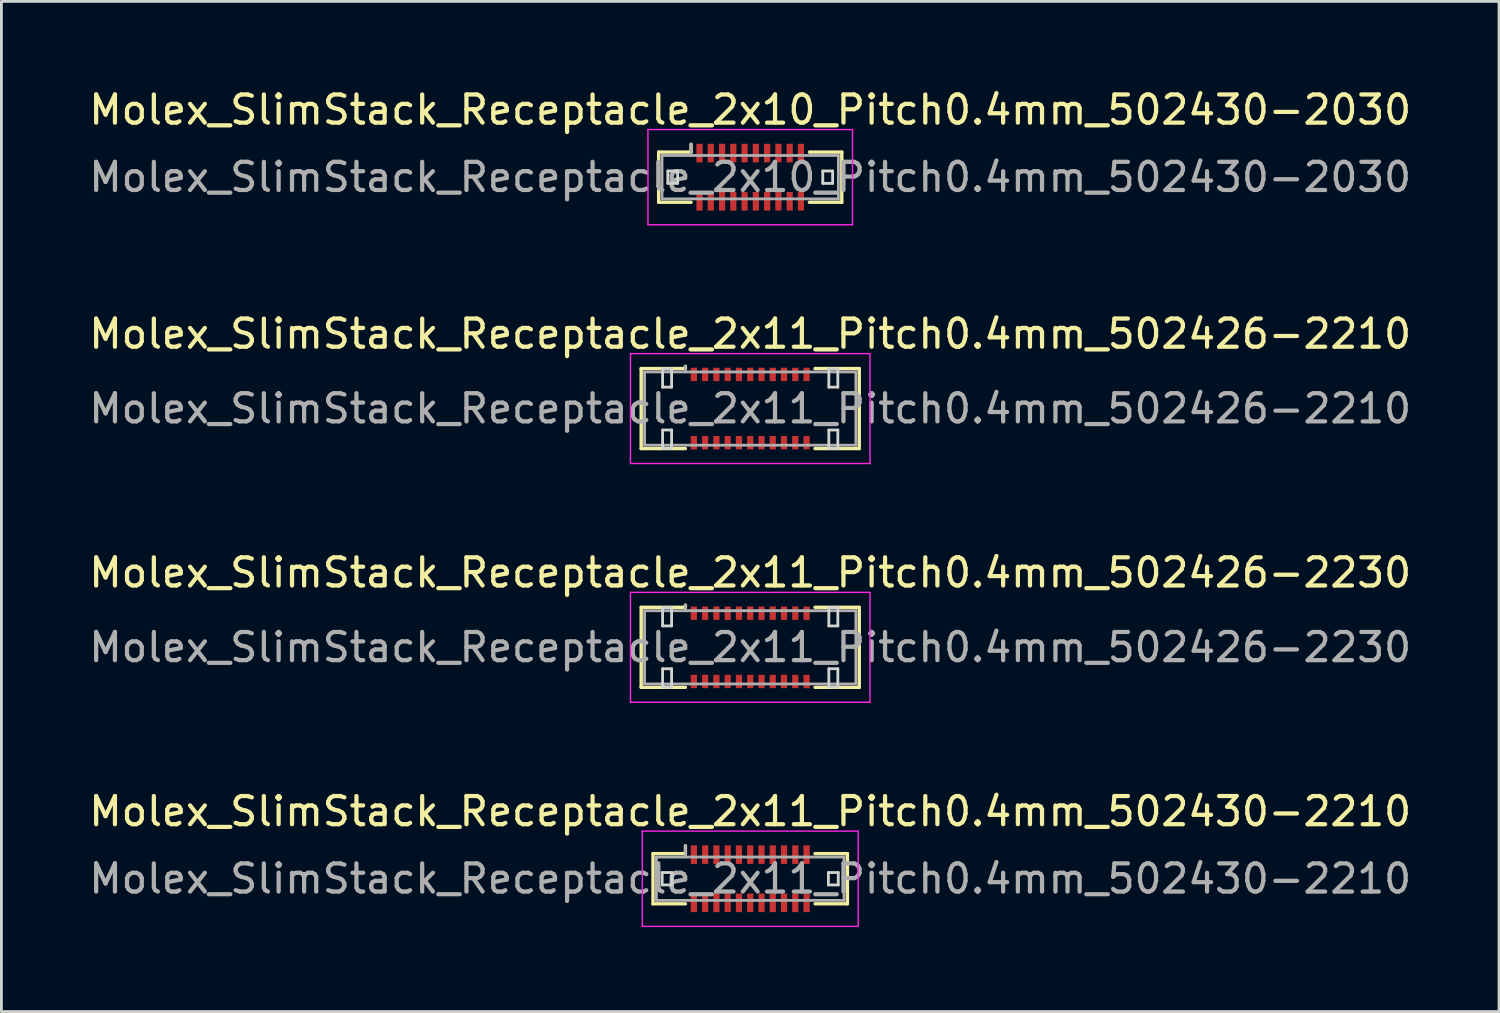
<source format=kicad_pcb>
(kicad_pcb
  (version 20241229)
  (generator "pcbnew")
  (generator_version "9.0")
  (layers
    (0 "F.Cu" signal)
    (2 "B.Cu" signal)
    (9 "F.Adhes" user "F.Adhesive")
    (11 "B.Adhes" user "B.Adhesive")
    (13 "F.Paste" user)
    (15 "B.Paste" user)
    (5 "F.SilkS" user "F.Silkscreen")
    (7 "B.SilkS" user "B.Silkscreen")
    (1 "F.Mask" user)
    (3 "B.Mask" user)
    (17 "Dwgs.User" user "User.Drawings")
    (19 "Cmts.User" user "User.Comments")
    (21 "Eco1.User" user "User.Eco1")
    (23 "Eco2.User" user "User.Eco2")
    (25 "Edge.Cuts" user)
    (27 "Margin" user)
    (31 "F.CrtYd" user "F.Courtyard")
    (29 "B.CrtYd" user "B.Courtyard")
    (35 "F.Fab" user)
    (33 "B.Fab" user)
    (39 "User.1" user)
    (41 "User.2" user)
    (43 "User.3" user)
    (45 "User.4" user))
  (footprint "Molex_SlimStack_Receptacle_2x11_Pitch0.4mm_502426-2230"
    (layer "F.Cu")
    (at 23.577 19.925)
    (property "Reference" "Molex_SlimStack_Receptacle_2x11_Pitch0.4mm_502426-2230" (at 0 -2.65 0) (layer "F.SilkS") (effects (font (size 1 1) (thickness 0.15))))
    (attr smd)
    (fp_line (start -3.87 -1.42) (end -2.3 -1.42) (stroke (width 0.12) (type solid)) (layer "F.SilkS"))
    (fp_line (start -3.87 1.42) (end -3.87 -1.42) (stroke (width 0.12) (type solid)) (layer "F.SilkS"))
    (fp_line (start -2.3 -1.42) (end -2.3 -1.5) (stroke (width 0.12) (type solid)) (layer "F.SilkS"))
    (fp_line (start -2.3 1.42) (end -3.87 1.42) (stroke (width 0.12) (type solid)) (layer "F.SilkS"))
    (fp_line (start 2.3 1.42) (end 3.87 1.42) (stroke (width 0.12) (type solid)) (layer "F.SilkS"))
    (fp_line (start 3.87 -1.42) (end 2.3 -1.42) (stroke (width 0.12) (type solid)) (layer "F.SilkS"))
    (fp_line (start 3.87 1.42) (end 3.87 -1.42) (stroke (width 0.12) (type solid)) (layer "F.SilkS"))
    (fp_line (start -3.11 -1.41) (end -3.11 -0.76) (stroke (width 0.1) (type solid)) (layer "Edge.Cuts"))
    (fp_line (start -3.11 -0.76) (end -2.79 -0.76) (stroke (width 0.1) (type solid)) (layer "Edge.Cuts"))
    (fp_line (start -3.11 0.76) (end -3.11 1.41) (stroke (width 0.1) (type solid)) (layer "Edge.Cuts"))
    (fp_line (start -3.11 1.41) (end -2.79 1.41) (stroke (width 0.1) (type solid)) (layer "Edge.Cuts"))
    (fp_line (start -2.79 -1.41) (end -3.11 -1.41) (stroke (width 0.1) (type solid)) (layer "Edge.Cuts"))
    (fp_line (start -2.79 -0.76) (end -2.79 -1.41) (stroke (width 0.1) (type solid)) (layer "Edge.Cuts"))
    (fp_line (start -2.79 0.76) (end -3.11 0.76) (stroke (width 0.1) (type solid)) (layer "Edge.Cuts"))
    (fp_line (start -2.79 1.41) (end -2.79 0.76) (stroke (width 0.1) (type solid)) (layer "Edge.Cuts"))
    (fp_line (start 2.79 -1.41) (end 2.79 -0.76) (stroke (width 0.1) (type solid)) (layer "Edge.Cuts"))
    (fp_line (start 2.79 -0.76) (end 3.11 -0.76) (stroke (width 0.1) (type solid)) (layer "Edge.Cuts"))
    (fp_line (start 2.79 0.76) (end 2.79 1.41) (stroke (width 0.1) (type solid)) (layer "Edge.Cuts"))
    (fp_line (start 2.79 1.41) (end 3.11 1.41) (stroke (width 0.1) (type solid)) (layer "Edge.Cuts"))
    (fp_line (start 3.11 -1.41) (end 2.79 -1.41) (stroke (width 0.1) (type solid)) (layer "Edge.Cuts"))
    (fp_line (start 3.11 -0.76) (end 3.11 -1.41) (stroke (width 0.1) (type solid)) (layer "Edge.Cuts"))
    (fp_line (start 3.11 0.76) (end 2.79 0.76) (stroke (width 0.1) (type solid)) (layer "Edge.Cuts"))
    (fp_line (start 3.11 1.41) (end 3.11 0.76) (stroke (width 0.1) (type solid)) (layer "Edge.Cuts"))
    (fp_line (start -4.25 -1.95) (end -4.25 1.95) (stroke (width 0.05) (type solid)) (layer "F.CrtYd"))
    (fp_line (start -4.25 1.95) (end 4.25 1.95) (stroke (width 0.05) (type solid)) (layer "F.CrtYd"))
    (fp_line (start 4.25 -1.95) (end -4.25 -1.95) (stroke (width 0.05) (type solid)) (layer "F.CrtYd"))
    (fp_line (start 4.25 1.95) (end 4.25 -1.95) (stroke (width 0.05) (type solid)) (layer "F.CrtYd"))
    (fp_line (start -3.75 -1.3) (end -3.75 1.3) (stroke (width 0.1) (type solid)) (layer "F.Fab"))
    (fp_line (start -3.75 1.3) (end 3.75 1.3) (stroke (width 0.1) (type solid)) (layer "F.Fab"))
    (fp_line (start -2.3 -1.3) (end -2.3 -1.5) (stroke (width 0.1) (type solid)) (layer "F.Fab"))
    (fp_line (start 3.75 -1.3) (end -3.75 -1.3) (stroke (width 0.1) (type solid)) (layer "F.Fab"))
    (fp_line (start 3.75 1.3) (end 3.75 -1.3) (stroke (width 0.1) (type solid)) (layer "F.Fab"))
    (fp_text user "${REFERENCE}" (at 0 0 0) (layer "F.Fab") (effects (font (size 1 1) (thickness 0.15))))
    (pad "1" smd rect (at -2 -1.212) (size 0.22 0.475) (layers "F.Cu" "F.Mask" "F.Paste"))
    (pad "2" smd rect (at -2 1.212) (size 0.22 0.475) (layers "F.Cu" "F.Mask" "F.Paste"))
    (pad "3" smd rect (at -1.6 -1.212) (size 0.22 0.475) (layers "F.Cu" "F.Mask" "F.Paste"))
    (pad "4" smd rect (at -1.6 1.212) (size 0.22 0.475) (layers "F.Cu" "F.Mask" "F.Paste"))
    (pad "5" smd rect (at -1.2 -1.212) (size 0.22 0.475) (layers "F.Cu" "F.Mask" "F.Paste"))
    (pad "6" smd rect (at -1.2 1.212) (size 0.22 0.475) (layers "F.Cu" "F.Mask" "F.Paste"))
    (pad "7" smd rect (at -0.8 -1.212) (size 0.22 0.475) (layers "F.Cu" "F.Mask" "F.Paste"))
    (pad "8" smd rect (at -0.8 1.212) (size 0.22 0.475) (layers "F.Cu" "F.Mask" "F.Paste"))
    (pad "9" smd rect (at -0.4 -1.212) (size 0.22 0.475) (layers "F.Cu" "F.Mask" "F.Paste"))
    (pad "10" smd rect (at -0.4 1.212) (size 0.22 0.475) (layers "F.Cu" "F.Mask" "F.Paste"))
    (pad "11" smd rect (at 0 -1.212) (size 0.22 0.475) (layers "F.Cu" "F.Mask" "F.Paste"))
    (pad "12" smd rect (at 0 1.212) (size 0.22 0.475) (layers "F.Cu" "F.Mask" "F.Paste"))
    (pad "13" smd rect (at 0.4 -1.212) (size 0.22 0.475) (layers "F.Cu" "F.Mask" "F.Paste"))
    (pad "14" smd rect (at 0.4 1.212) (size 0.22 0.475) (layers "F.Cu" "F.Mask" "F.Paste"))
    (pad "15" smd rect (at 0.8 -1.212) (size 0.22 0.475) (layers "F.Cu" "F.Mask" "F.Paste"))
    (pad "16" smd rect (at 0.8 1.212) (size 0.22 0.475) (layers "F.Cu" "F.Mask" "F.Paste"))
    (pad "17" smd rect (at 1.2 -1.212) (size 0.22 0.475) (layers "F.Cu" "F.Mask" "F.Paste"))
    (pad "18" smd rect (at 1.2 1.212) (size 0.22 0.475) (layers "F.Cu" "F.Mask" "F.Paste"))
    (pad "19" smd rect (at 1.6 -1.212) (size 0.22 0.475) (layers "F.Cu" "F.Mask" "F.Paste"))
    (pad "20" smd rect (at 1.6 1.212) (size 0.22 0.475) (layers "F.Cu" "F.Mask" "F.Paste"))
    (pad "21" smd rect (at 2 -1.212) (size 0.22 0.475) (layers "F.Cu" "F.Mask" "F.Paste"))
    (pad "22" smd rect (at 2 1.212) (size 0.22 0.475) (layers "F.Cu" "F.Mask" "F.Paste")))
  (footprint "Molex_SlimStack_Receptacle_2x11_Pitch0.4mm_502430-2210"
    (layer "F.Cu")
    (at 23.577 28.138)
    (property "Reference" "Molex_SlimStack_Receptacle_2x11_Pitch0.4mm_502430-2210" (at 0 -2.39 0) (layer "F.SilkS") (effects (font (size 1 1) (thickness 0.15))))
    (attr smd)
    (fp_line (start -3.45 -0.89) (end -2.3 -0.89) (stroke (width 0.12) (type solid)) (layer "F.SilkS"))
    (fp_line (start -3.45 0.89) (end -3.45 -0.89) (stroke (width 0.12) (type solid)) (layer "F.SilkS"))
    (fp_line (start -2.3 -0.89) (end -2.3 -1.17) (stroke (width 0.12) (type solid)) (layer "F.SilkS"))
    (fp_line (start -2.3 0.89) (end -3.45 0.89) (stroke (width 0.12) (type solid)) (layer "F.SilkS"))
    (fp_line (start 2.3 0.89) (end 3.45 0.89) (stroke (width 0.12) (type solid)) (layer "F.SilkS"))
    (fp_line (start 3.45 -0.89) (end 2.3 -0.89) (stroke (width 0.12) (type solid)) (layer "F.SilkS"))
    (fp_line (start 3.45 0.89) (end 3.45 -0.89) (stroke (width 0.12) (type solid)) (layer "F.SilkS"))
    (fp_line (start -3.125 -0.22) (end -3.125 0.22) (stroke (width 0.1) (type solid)) (layer "Edge.Cuts"))
    (fp_line (start -3.125 0.22) (end -2.775 0.22) (stroke (width 0.1) (type solid)) (layer "Edge.Cuts"))
    (fp_line (start -2.775 -0.22) (end -3.125 -0.22) (stroke (width 0.1) (type solid)) (layer "Edge.Cuts"))
    (fp_line (start -2.775 0.22) (end -2.775 -0.22) (stroke (width 0.1) (type solid)) (layer "Edge.Cuts"))
    (fp_line (start 2.775 -0.22) (end 2.775 0.22) (stroke (width 0.1) (type solid)) (layer "Edge.Cuts"))
    (fp_line (start 2.775 0.22) (end 3.125 0.22) (stroke (width 0.1) (type solid)) (layer "Edge.Cuts"))
    (fp_line (start 3.125 -0.22) (end 2.775 -0.22) (stroke (width 0.1) (type solid)) (layer "Edge.Cuts"))
    (fp_line (start 3.125 0.22) (end 3.125 -0.22) (stroke (width 0.1) (type solid)) (layer "Edge.Cuts"))
    (fp_line (start -3.83 -1.69) (end -3.83 1.69) (stroke (width 0.05) (type solid)) (layer "F.CrtYd"))
    (fp_line (start -3.83 1.69) (end 3.83 1.69) (stroke (width 0.05) (type solid)) (layer "F.CrtYd"))
    (fp_line (start 3.83 -1.69) (end -3.83 -1.69) (stroke (width 0.05) (type solid)) (layer "F.CrtYd"))
    (fp_line (start 3.83 1.69) (end 3.83 -1.69) (stroke (width 0.05) (type solid)) (layer "F.CrtYd"))
    (fp_line (start -3.33 -0.77) (end -3.33 0.77) (stroke (width 0.1) (type solid)) (layer "F.Fab"))
    (fp_line (start -3.33 0.77) (end 3.33 0.77) (stroke (width 0.1) (type solid)) (layer "F.Fab"))
    (fp_line (start -2.3 -0.77) (end -2.3 -1.17) (stroke (width 0.1) (type solid)) (layer "F.Fab"))
    (fp_line (start 3.33 -0.77) (end -3.33 -0.77) (stroke (width 0.1) (type solid)) (layer "F.Fab"))
    (fp_line (start 3.33 0.77) (end 3.33 -0.77) (stroke (width 0.1) (type solid)) (layer "F.Fab"))
    (fp_text user "${REFERENCE}" (at 0 0 0) (layer "F.Fab") (effects (font (size 1 1) (thickness 0.15))))
    (pad "1" smd rect (at -2 -0.855) (size 0.22 0.66) (layers "F.Cu" "F.Mask" "F.Paste"))
    (pad "2" smd rect (at -2 0.855) (size 0.22 0.66) (layers "F.Cu" "F.Mask" "F.Paste"))
    (pad "3" smd rect (at -1.6 -0.855) (size 0.22 0.66) (layers "F.Cu" "F.Mask" "F.Paste"))
    (pad "4" smd rect (at -1.6 0.855) (size 0.22 0.66) (layers "F.Cu" "F.Mask" "F.Paste"))
    (pad "5" smd rect (at -1.2 -0.855) (size 0.22 0.66) (layers "F.Cu" "F.Mask" "F.Paste"))
    (pad "6" smd rect (at -1.2 0.855) (size 0.22 0.66) (layers "F.Cu" "F.Mask" "F.Paste"))
    (pad "7" smd rect (at -0.8 -0.855) (size 0.22 0.66) (layers "F.Cu" "F.Mask" "F.Paste"))
    (pad "8" smd rect (at -0.8 0.855) (size 0.22 0.66) (layers "F.Cu" "F.Mask" "F.Paste"))
    (pad "9" smd rect (at -0.4 -0.855) (size 0.22 0.66) (layers "F.Cu" "F.Mask" "F.Paste"))
    (pad "10" smd rect (at -0.4 0.855) (size 0.22 0.66) (layers "F.Cu" "F.Mask" "F.Paste"))
    (pad "11" smd rect (at 0 -0.855) (size 0.22 0.66) (layers "F.Cu" "F.Mask" "F.Paste"))
    (pad "12" smd rect (at 0 0.855) (size 0.22 0.66) (layers "F.Cu" "F.Mask" "F.Paste"))
    (pad "13" smd rect (at 0.4 -0.855) (size 0.22 0.66) (layers "F.Cu" "F.Mask" "F.Paste"))
    (pad "14" smd rect (at 0.4 0.855) (size 0.22 0.66) (layers "F.Cu" "F.Mask" "F.Paste"))
    (pad "15" smd rect (at 0.8 -0.855) (size 0.22 0.66) (layers "F.Cu" "F.Mask" "F.Paste"))
    (pad "16" smd rect (at 0.8 0.855) (size 0.22 0.66) (layers "F.Cu" "F.Mask" "F.Paste"))
    (pad "17" smd rect (at 1.2 -0.855) (size 0.22 0.66) (layers "F.Cu" "F.Mask" "F.Paste"))
    (pad "18" smd rect (at 1.2 0.855) (size 0.22 0.66) (layers "F.Cu" "F.Mask" "F.Paste"))
    (pad "19" smd rect (at 1.6 -0.855) (size 0.22 0.66) (layers "F.Cu" "F.Mask" "F.Paste"))
    (pad "20" smd rect (at 1.6 0.855) (size 0.22 0.66) (layers "F.Cu" "F.Mask" "F.Paste"))
    (pad "21" smd rect (at 2 -0.855) (size 0.22 0.66) (layers "F.Cu" "F.Mask" "F.Paste"))
    (pad "22" smd rect (at 2 0.855) (size 0.22 0.66) (layers "F.Cu" "F.Mask" "F.Paste")))
  (footprint "Molex_SlimStack_Receptacle_2x11_Pitch0.4mm_502426-2210"
    (layer "F.Cu")
    (at 23.577 11.451)
    (property "Reference" "Molex_SlimStack_Receptacle_2x11_Pitch0.4mm_502426-2210" (at 0 -2.65 0) (layer "F.SilkS") (effects (font (size 1 1) (thickness 0.15))))
    (attr smd)
    (fp_line (start -3.87 -1.42) (end -2.3 -1.42) (stroke (width 0.12) (type solid)) (layer "F.SilkS"))
    (fp_line (start -3.87 1.42) (end -3.87 -1.42) (stroke (width 0.12) (type solid)) (layer "F.SilkS"))
    (fp_line (start -2.3 -1.42) (end -2.3 -1.5) (stroke (width 0.12) (type solid)) (layer "F.SilkS"))
    (fp_line (start -2.3 1.42) (end -3.87 1.42) (stroke (width 0.12) (type solid)) (layer "F.SilkS"))
    (fp_line (start 2.3 1.42) (end 3.87 1.42) (stroke (width 0.12) (type solid)) (layer "F.SilkS"))
    (fp_line (start 3.87 -1.42) (end 2.3 -1.42) (stroke (width 0.12) (type solid)) (layer "F.SilkS"))
    (fp_line (start 3.87 1.42) (end 3.87 -1.42) (stroke (width 0.12) (type solid)) (layer "F.SilkS"))
    (fp_line (start -3.11 -1.41) (end -3.11 -0.76) (stroke (width 0.1) (type solid)) (layer "Edge.Cuts"))
    (fp_line (start -3.11 -0.76) (end -2.79 -0.76) (stroke (width 0.1) (type solid)) (layer "Edge.Cuts"))
    (fp_line (start -3.11 0.76) (end -3.11 1.41) (stroke (width 0.1) (type solid)) (layer "Edge.Cuts"))
    (fp_line (start -3.11 1.41) (end -2.79 1.41) (stroke (width 0.1) (type solid)) (layer "Edge.Cuts"))
    (fp_line (start -2.79 -1.41) (end -3.11 -1.41) (stroke (width 0.1) (type solid)) (layer "Edge.Cuts"))
    (fp_line (start -2.79 -0.76) (end -2.79 -1.41) (stroke (width 0.1) (type solid)) (layer "Edge.Cuts"))
    (fp_line (start -2.79 0.76) (end -3.11 0.76) (stroke (width 0.1) (type solid)) (layer "Edge.Cuts"))
    (fp_line (start -2.79 1.41) (end -2.79 0.76) (stroke (width 0.1) (type solid)) (layer "Edge.Cuts"))
    (fp_line (start 2.79 -1.41) (end 2.79 -0.76) (stroke (width 0.1) (type solid)) (layer "Edge.Cuts"))
    (fp_line (start 2.79 -0.76) (end 3.11 -0.76) (stroke (width 0.1) (type solid)) (layer "Edge.Cuts"))
    (fp_line (start 2.79 0.76) (end 2.79 1.41) (stroke (width 0.1) (type solid)) (layer "Edge.Cuts"))
    (fp_line (start 2.79 1.41) (end 3.11 1.41) (stroke (width 0.1) (type solid)) (layer "Edge.Cuts"))
    (fp_line (start 3.11 -1.41) (end 2.79 -1.41) (stroke (width 0.1) (type solid)) (layer "Edge.Cuts"))
    (fp_line (start 3.11 -0.76) (end 3.11 -1.41) (stroke (width 0.1) (type solid)) (layer "Edge.Cuts"))
    (fp_line (start 3.11 0.76) (end 2.79 0.76) (stroke (width 0.1) (type solid)) (layer "Edge.Cuts"))
    (fp_line (start 3.11 1.41) (end 3.11 0.76) (stroke (width 0.1) (type solid)) (layer "Edge.Cuts"))
    (fp_line (start -4.25 -1.95) (end -4.25 1.95) (stroke (width 0.05) (type solid)) (layer "F.CrtYd"))
    (fp_line (start -4.25 1.95) (end 4.25 1.95) (stroke (width 0.05) (type solid)) (layer "F.CrtYd"))
    (fp_line (start 4.25 -1.95) (end -4.25 -1.95) (stroke (width 0.05) (type solid)) (layer "F.CrtYd"))
    (fp_line (start 4.25 1.95) (end 4.25 -1.95) (stroke (width 0.05) (type solid)) (layer "F.CrtYd"))
    (fp_line (start -3.75 -1.3) (end -3.75 1.3) (stroke (width 0.1) (type solid)) (layer "F.Fab"))
    (fp_line (start -3.75 1.3) (end 3.75 1.3) (stroke (width 0.1) (type solid)) (layer "F.Fab"))
    (fp_line (start -2.3 -1.3) (end -2.3 -1.5) (stroke (width 0.1) (type solid)) (layer "F.Fab"))
    (fp_line (start 3.75 -1.3) (end -3.75 -1.3) (stroke (width 0.1) (type solid)) (layer "F.Fab"))
    (fp_line (start 3.75 1.3) (end 3.75 -1.3) (stroke (width 0.1) (type solid)) (layer "F.Fab"))
    (fp_text user "${REFERENCE}" (at 0 0 0) (layer "F.Fab") (effects (font (size 1 1) (thickness 0.15))))
    (pad "1" smd rect (at -2 -1.212) (size 0.22 0.475) (layers "F.Cu" "F.Mask" "F.Paste"))
    (pad "2" smd rect (at -2 1.212) (size 0.22 0.475) (layers "F.Cu" "F.Mask" "F.Paste"))
    (pad "3" smd rect (at -1.6 -1.212) (size 0.22 0.475) (layers "F.Cu" "F.Mask" "F.Paste"))
    (pad "4" smd rect (at -1.6 1.212) (size 0.22 0.475) (layers "F.Cu" "F.Mask" "F.Paste"))
    (pad "5" smd rect (at -1.2 -1.212) (size 0.22 0.475) (layers "F.Cu" "F.Mask" "F.Paste"))
    (pad "6" smd rect (at -1.2 1.212) (size 0.22 0.475) (layers "F.Cu" "F.Mask" "F.Paste"))
    (pad "7" smd rect (at -0.8 -1.212) (size 0.22 0.475) (layers "F.Cu" "F.Mask" "F.Paste"))
    (pad "8" smd rect (at -0.8 1.212) (size 0.22 0.475) (layers "F.Cu" "F.Mask" "F.Paste"))
    (pad "9" smd rect (at -0.4 -1.212) (size 0.22 0.475) (layers "F.Cu" "F.Mask" "F.Paste"))
    (pad "10" smd rect (at -0.4 1.212) (size 0.22 0.475) (layers "F.Cu" "F.Mask" "F.Paste"))
    (pad "11" smd rect (at 0 -1.212) (size 0.22 0.475) (layers "F.Cu" "F.Mask" "F.Paste"))
    (pad "12" smd rect (at 0 1.212) (size 0.22 0.475) (layers "F.Cu" "F.Mask" "F.Paste"))
    (pad "13" smd rect (at 0.4 -1.212) (size 0.22 0.475) (layers "F.Cu" "F.Mask" "F.Paste"))
    (pad "14" smd rect (at 0.4 1.212) (size 0.22 0.475) (layers "F.Cu" "F.Mask" "F.Paste"))
    (pad "15" smd rect (at 0.8 -1.212) (size 0.22 0.475) (layers "F.Cu" "F.Mask" "F.Paste"))
    (pad "16" smd rect (at 0.8 1.212) (size 0.22 0.475) (layers "F.Cu" "F.Mask" "F.Paste"))
    (pad "17" smd rect (at 1.2 -1.212) (size 0.22 0.475) (layers "F.Cu" "F.Mask" "F.Paste"))
    (pad "18" smd rect (at 1.2 1.212) (size 0.22 0.475) (layers "F.Cu" "F.Mask" "F.Paste"))
    (pad "19" smd rect (at 1.6 -1.212) (size 0.22 0.475) (layers "F.Cu" "F.Mask" "F.Paste"))
    (pad "20" smd rect (at 1.6 1.212) (size 0.22 0.475) (layers "F.Cu" "F.Mask" "F.Paste"))
    (pad "21" smd rect (at 2 -1.212) (size 0.22 0.475) (layers "F.Cu" "F.Mask" "F.Paste"))
    (pad "22" smd rect (at 2 1.212) (size 0.22 0.475) (layers "F.Cu" "F.Mask" "F.Paste")))
  (footprint "Molex_SlimStack_Receptacle_2x10_Pitch0.4mm_502430-2030"
    (layer "F.Cu")
    (at 23.577 3.238)
    (property "Reference" "Molex_SlimStack_Receptacle_2x10_Pitch0.4mm_502430-2030" (at 0 -2.39 0) (layer "F.SilkS") (effects (font (size 1 1) (thickness 0.15))))
    (attr smd)
    (fp_line (start -3.25 -0.89) (end -2.1 -0.89) (stroke (width 0.12) (type solid)) (layer "F.SilkS"))
    (fp_line (start -3.25 0.89) (end -3.25 -0.89) (stroke (width 0.12) (type solid)) (layer "F.SilkS"))
    (fp_line (start -2.1 -0.89) (end -2.1 -1.17) (stroke (width 0.12) (type solid)) (layer "F.SilkS"))
    (fp_line (start -2.1 0.89) (end -3.25 0.89) (stroke (width 0.12) (type solid)) (layer "F.SilkS"))
    (fp_line (start 2.1 0.89) (end 3.25 0.89) (stroke (width 0.12) (type solid)) (layer "F.SilkS"))
    (fp_line (start 3.25 -0.89) (end 2.1 -0.89) (stroke (width 0.12) (type solid)) (layer "F.SilkS"))
    (fp_line (start 3.25 0.89) (end 3.25 -0.89) (stroke (width 0.12) (type solid)) (layer "F.SilkS"))
    (fp_line (start -2.925 -0.22) (end -2.925 0.22) (stroke (width 0.1) (type solid)) (layer "Edge.Cuts"))
    (fp_line (start -2.925 0.22) (end -2.575 0.22) (stroke (width 0.1) (type solid)) (layer "Edge.Cuts"))
    (fp_line (start -2.575 -0.22) (end -2.925 -0.22) (stroke (width 0.1) (type solid)) (layer "Edge.Cuts"))
    (fp_line (start -2.575 0.22) (end -2.575 -0.22) (stroke (width 0.1) (type solid)) (layer "Edge.Cuts"))
    (fp_line (start 2.575 -0.22) (end 2.575 0.22) (stroke (width 0.1) (type solid)) (layer "Edge.Cuts"))
    (fp_line (start 2.575 0.22) (end 2.925 0.22) (stroke (width 0.1) (type solid)) (layer "Edge.Cuts"))
    (fp_line (start 2.925 -0.22) (end 2.575 -0.22) (stroke (width 0.1) (type solid)) (layer "Edge.Cuts"))
    (fp_line (start 2.925 0.22) (end 2.925 -0.22) (stroke (width 0.1) (type solid)) (layer "Edge.Cuts"))
    (fp_line (start -3.63 -1.69) (end -3.63 1.69) (stroke (width 0.05) (type solid)) (layer "F.CrtYd"))
    (fp_line (start -3.63 1.69) (end 3.63 1.69) (stroke (width 0.05) (type solid)) (layer "F.CrtYd"))
    (fp_line (start 3.63 -1.69) (end -3.63 -1.69) (stroke (width 0.05) (type solid)) (layer "F.CrtYd"))
    (fp_line (start 3.63 1.69) (end 3.63 -1.69) (stroke (width 0.05) (type solid)) (layer "F.CrtYd"))
    (fp_line (start -3.13 -0.77) (end -3.13 0.77) (stroke (width 0.1) (type solid)) (layer "F.Fab"))
    (fp_line (start -3.13 0.77) (end 3.13 0.77) (stroke (width 0.1) (type solid)) (layer "F.Fab"))
    (fp_line (start -2.1 -0.77) (end -2.1 -1.17) (stroke (width 0.1) (type solid)) (layer "F.Fab"))
    (fp_line (start 3.13 -0.77) (end -3.13 -0.77) (stroke (width 0.1) (type solid)) (layer "F.Fab"))
    (fp_line (start 3.13 0.77) (end 3.13 -0.77) (stroke (width 0.1) (type solid)) (layer "F.Fab"))
    (fp_text user "${REFERENCE}" (at 0 0 0) (layer "F.Fab") (effects (font (size 1 1) (thickness 0.15))))
    (pad "1" smd rect (at -1.8 -0.855) (size 0.22 0.66) (layers "F.Cu" "F.Mask" "F.Paste"))
    (pad "2" smd rect (at -1.8 0.855) (size 0.22 0.66) (layers "F.Cu" "F.Mask" "F.Paste"))
    (pad "3" smd rect (at -1.4 -0.855) (size 0.22 0.66) (layers "F.Cu" "F.Mask" "F.Paste"))
    (pad "4" smd rect (at -1.4 0.855) (size 0.22 0.66) (layers "F.Cu" "F.Mask" "F.Paste"))
    (pad "5" smd rect (at -1 -0.855) (size 0.22 0.66) (layers "F.Cu" "F.Mask" "F.Paste"))
    (pad "6" smd rect (at -1 0.855) (size 0.22 0.66) (layers "F.Cu" "F.Mask" "F.Paste"))
    (pad "7" smd rect (at -0.6 -0.855) (size 0.22 0.66) (layers "F.Cu" "F.Mask" "F.Paste"))
    (pad "8" smd rect (at -0.6 0.855) (size 0.22 0.66) (layers "F.Cu" "F.Mask" "F.Paste"))
    (pad "9" smd rect (at -0.2 -0.855) (size 0.22 0.66) (layers "F.Cu" "F.Mask" "F.Paste"))
    (pad "10" smd rect (at -0.2 0.855) (size 0.22 0.66) (layers "F.Cu" "F.Mask" "F.Paste"))
    (pad "11" smd rect (at 0.2 -0.855) (size 0.22 0.66) (layers "F.Cu" "F.Mask" "F.Paste"))
    (pad "12" smd rect (at 0.2 0.855) (size 0.22 0.66) (layers "F.Cu" "F.Mask" "F.Paste"))
    (pad "13" smd rect (at 0.6 -0.855) (size 0.22 0.66) (layers "F.Cu" "F.Mask" "F.Paste"))
    (pad "14" smd rect (at 0.6 0.855) (size 0.22 0.66) (layers "F.Cu" "F.Mask" "F.Paste"))
    (pad "15" smd rect (at 1 -0.855) (size 0.22 0.66) (layers "F.Cu" "F.Mask" "F.Paste"))
    (pad "16" smd rect (at 1 0.855) (size 0.22 0.66) (layers "F.Cu" "F.Mask" "F.Paste"))
    (pad "17" smd rect (at 1.4 -0.855) (size 0.22 0.66) (layers "F.Cu" "F.Mask" "F.Paste"))
    (pad "18" smd rect (at 1.4 0.855) (size 0.22 0.66) (layers "F.Cu" "F.Mask" "F.Paste"))
    (pad "19" smd rect (at 1.8 -0.855) (size 0.22 0.66) (layers "F.Cu" "F.Mask" "F.Paste"))
    (pad "20" smd rect (at 1.8 0.855) (size 0.22 0.66) (layers "F.Cu" "F.Mask" "F.Paste")))
  (gr_rect
    (start -3 -3)
    (end 50.155 32.853)
    (stroke (width 0.1) (type default))
    (fill no)
    (layer "Edge.Cuts")))
</source>
